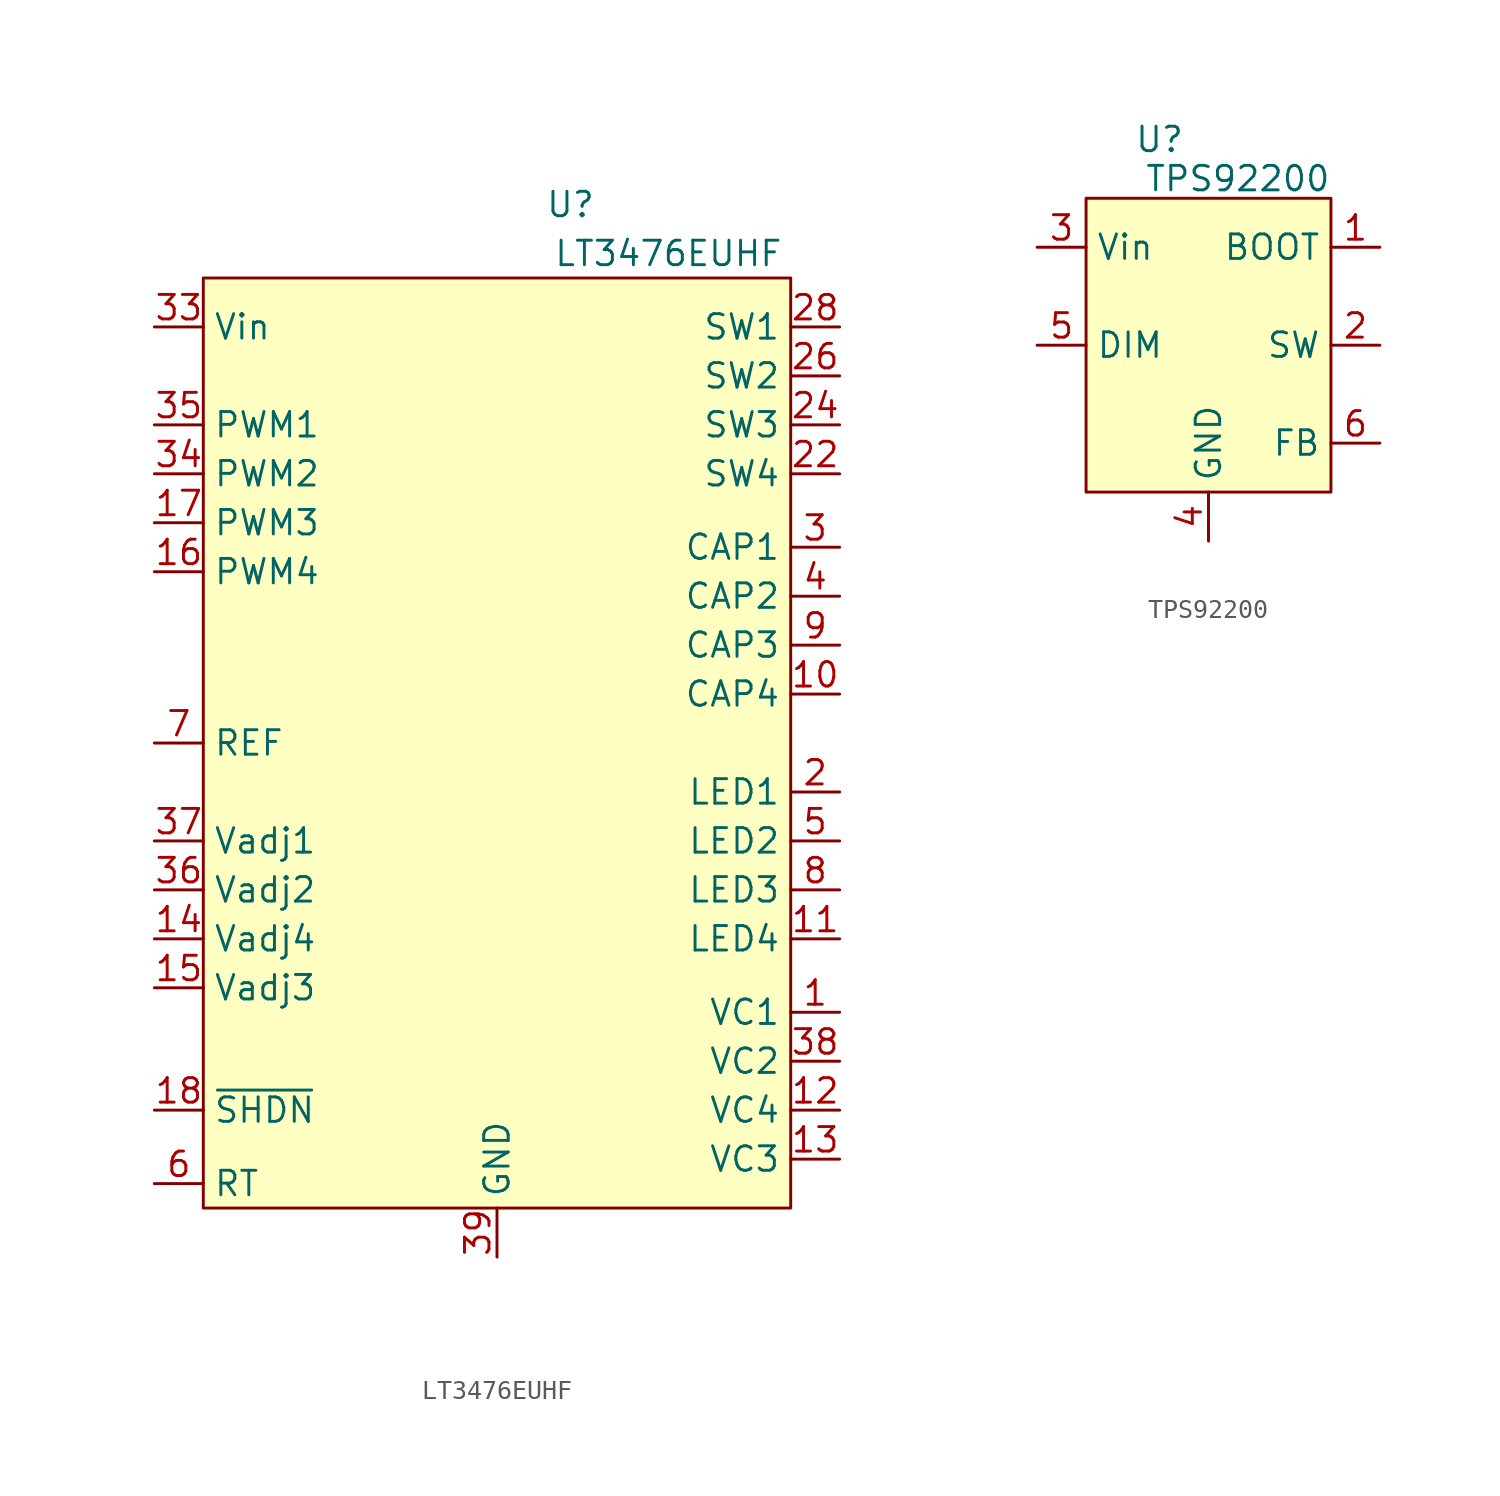
<source format=kicad_sym>
(kicad_symbol_lib
  (version 20231120)
  (generator "kicad_symbol_editor")
  (generator_version "8.0")
  (symbol "LT3476EUHF"
    (property "Reference" "U"
      (at 3.81 27.94 0)
      (effects (font (size 1.27 1.27))))
    (property "Value" "LT3476EUHF"
      (at 8.89 25.4 0)
      (effects (font (size 1.27 1.27))))
    (symbol "LT3476EUHF_0_0"
      (pin input line (at 17.78 -13.97 180) (length 2.54) (name "VC1" (effects (font (size 1.27 1.27)))) (number "1" (effects (font (size 1.27 1.27)))))
      (pin input line (at 17.78 2.54 180) (length 2.54) (name "CAP4" (effects (font (size 1.27 1.27)))) (number "10" (effects (font (size 1.27 1.27)))))
      (pin input line (at 17.78 -10.16 180) (length 2.54) (name "LED4" (effects (font (size 1.27 1.27)))) (number "11" (effects (font (size 1.27 1.27)))))
      (pin input line (at 17.78 -19.05 180) (length 2.54) (name "VC4" (effects (font (size 1.27 1.27)))) (number "12" (effects (font (size 1.27 1.27)))))
      (pin input line (at 17.78 -21.59 180) (length 2.54) (name "VC3" (effects (font (size 1.27 1.27)))) (number "13" (effects (font (size 1.27 1.27)))))
      (pin input line (at -17.78 -10.16 0) (length 2.54) (name "Vadj4" (effects (font (size 1.27 1.27)))) (number "14" (effects (font (size 1.27 1.27)))))
      (pin input line (at -17.78 -12.7 0) (length 2.54) (name "Vadj3" (effects (font (size 1.27 1.27)))) (number "15" (effects (font (size 1.27 1.27)))))
      (pin input line (at -17.78 8.89 0) (length 2.54) (name "PWM4" (effects (font (size 1.27 1.27)))) (number "16" (effects (font (size 1.27 1.27)))))
      (pin input line (at -17.78 11.43 0) (length 2.54) (name "PWM3" (effects (font (size 1.27 1.27)))) (number "17" (effects (font (size 1.27 1.27)))))
      (pin input line (at -17.78 -19.05 0) (length 2.54) (name "~{SHDN}" (effects (font (size 1.27 1.27)))) (number "18" (effects (font (size 1.27 1.27)))))
      (pin no_connect line (at 7.62 -26.67 90) (length 2.54) hide (name "NC" (effects (font (size 1.27 1.27)))) (number "19" (effects (font (size 1.27 1.27)))))
      (pin input line (at 17.78 -2.54 180) (length 2.54) (name "LED1" (effects (font (size 1.27 1.27)))) (number "2" (effects (font (size 1.27 1.27)))))
      (pin no_connect line (at 7.62 -26.67 90) (length 2.54) hide (name "NC" (effects (font (size 1.27 1.27)))) (number "20" (effects (font (size 1.27 1.27)))))
      (pin no_connect line (at 7.62 -26.67 90) (length 2.54) hide (name "NC" (effects (font (size 1.27 1.27)))) (number "21" (effects (font (size 1.27 1.27)))))
      (pin power_out line (at 17.78 13.97 180) (length 2.54) (name "SW4" (effects (font (size 1.27 1.27)))) (number "22" (effects (font (size 1.27 1.27)))))
      (pin power_out line (at 17.78 13.97 180) (length 2.54) hide (name "SW4" (effects (font (size 1.27 1.27)))) (number "23" (effects (font (size 1.27 1.27)))))
      (pin power_out line (at 17.78 16.51 180) (length 2.54) (name "SW3" (effects (font (size 1.27 1.27)))) (number "24" (effects (font (size 1.27 1.27)))))
      (pin power_out line (at 17.78 16.51 180) (length 2.54) hide (name "SW3" (effects (font (size 1.27 1.27)))) (number "25" (effects (font (size 1.27 1.27)))))
      (pin power_out line (at 17.78 19.05 180) (length 2.54) (name "SW2" (effects (font (size 1.27 1.27)))) (number "26" (effects (font (size 1.27 1.27)))))
      (pin power_out line (at 17.78 19.05 180) (length 2.54) hide (name "SW2" (effects (font (size 1.27 1.27)))) (number "27" (effects (font (size 1.27 1.27)))))
      (pin power_out line (at 17.78 21.59 180) (length 2.54) (name "SW1" (effects (font (size 1.27 1.27)))) (number "28" (effects (font (size 1.27 1.27)))))
      (pin power_out line (at 17.78 21.59 180) (length 2.54) hide (name "SW1" (effects (font (size 1.27 1.27)))) (number "29" (effects (font (size 1.27 1.27)))))
      (pin input line (at 17.78 10.16 180) (length 2.54) (name "CAP1" (effects (font (size 1.27 1.27)))) (number "3" (effects (font (size 1.27 1.27)))))
      (pin no_connect line (at 7.62 -26.67 90) (length 2.54) hide (name "NC" (effects (font (size 1.27 1.27)))) (number "30" (effects (font (size 1.27 1.27)))))
      (pin no_connect line (at 7.62 -26.67 90) (length 2.54) hide (name "NC" (effects (font (size 1.27 1.27)))) (number "31" (effects (font (size 1.27 1.27)))))
      (pin no_connect line (at 7.62 -26.67 90) (length 2.54) hide (name "NC" (effects (font (size 1.27 1.27)))) (number "32" (effects (font (size 1.27 1.27)))))
      (pin power_in line (at -17.78 21.59 0) (length 2.54) (name "Vin" (effects (font (size 1.27 1.27)))) (number "33" (effects (font (size 1.27 1.27)))))
      (pin input line (at -17.78 13.97 0) (length 2.54) (name "PWM2" (effects (font (size 1.27 1.27)))) (number "34" (effects (font (size 1.27 1.27)))))
      (pin input line (at -17.78 16.51 0) (length 2.54) (name "PWM1" (effects (font (size 1.27 1.27)))) (number "35" (effects (font (size 1.27 1.27)))))
      (pin input line (at -17.78 -7.62 0) (length 2.54) (name "Vadj2" (effects (font (size 1.27 1.27)))) (number "36" (effects (font (size 1.27 1.27)))))
      (pin input line (at -17.78 -5.08 0) (length 2.54) (name "Vadj1" (effects (font (size 1.27 1.27)))) (number "37" (effects (font (size 1.27 1.27)))))
      (pin input line (at 17.78 -16.51 180) (length 2.54) (name "VC2" (effects (font (size 1.27 1.27)))) (number "38" (effects (font (size 1.27 1.27)))))
      (pin power_in line (at 0 -26.67 90) (length 2.54) (name "GND" (effects (font (size 1.27 1.27)))) (number "39" (effects (font (size 1.27 1.27)))))
      (pin input line (at 17.78 7.62 180) (length 2.54) (name "CAP2" (effects (font (size 1.27 1.27)))) (number "4" (effects (font (size 1.27 1.27)))))
      (pin input line (at 17.78 -5.08 180) (length 2.54) (name "LED2" (effects (font (size 1.27 1.27)))) (number "5" (effects (font (size 1.27 1.27)))))
      (pin input line (at -17.78 -22.86 0) (length 2.54) (name "RT" (effects (font (size 1.27 1.27)))) (number "6" (effects (font (size 1.27 1.27)))))
      (pin input line (at -17.78 0 0) (length 2.54) (name "REF" (effects (font (size 1.27 1.27)))) (number "7" (effects (font (size 1.27 1.27)))))
      (pin input line (at 17.78 -7.62 180) (length 2.54) (name "LED3" (effects (font (size 1.27 1.27)))) (number "8" (effects (font (size 1.27 1.27))))))
    (symbol "LT3476EUHF_0_1"
      (rectangle (start -15.24 24.13) (end 15.24 -24.13) (stroke (width 0) (type default)) (fill (type background))))
    (symbol "LT3476EUHF_1_0"
      (pin input line (at 17.78 5.08 180) (length 2.54) (name "CAP3" (effects (font (size 1.27 1.27)))) (number "9" (effects (font (size 1.27 1.27)))))))
  (symbol "TPS92200"
    (property "Reference" "U"
      (at -2.54 10.668 0)
      (effects (font (size 1.27 1.27))))
    (property "Value" "TPS92200"
      (at 1.524 8.636 0)
      (effects (font (size 1.27 1.27))))
    (symbol "TPS92200_0_0"
      (pin unspecified line (at 8.89 5.08 180) (length 2.54) (name "BOOT" (effects (font (size 1.27 1.27)))) (number "1" (effects (font (size 1.27 1.27)))))
      (pin unspecified line (at 8.89 0 180) (length 2.54) (name "SW" (effects (font (size 1.27 1.27)))) (number "2" (effects (font (size 1.27 1.27)))))
      (pin unspecified line (at -8.89 5.08 0) (length 2.54) (name "Vin" (effects (font (size 1.27 1.27)))) (number "3" (effects (font (size 1.27 1.27)))))
      (pin unspecified line (at 0 -10.16 90) (length 2.54) (name "GND" (effects (font (size 1.27 1.27)))) (number "4" (effects (font (size 1.27 1.27)))))
      (pin unspecified line (at -8.89 0 0) (length 2.54) (name "DIM" (effects (font (size 1.27 1.27)))) (number "5" (effects (font (size 1.27 1.27)))))
      (pin unspecified line (at 8.89 -5.08 180) (length 2.54) (name "FB" (effects (font (size 1.27 1.27)))) (number "6" (effects (font (size 1.27 1.27))))))
    (symbol "TPS92200_0_1"
      (rectangle (start -6.35 7.62) (end 6.35 -7.62) (stroke (width 0) (type default)) (fill (type background))))))
</source>
